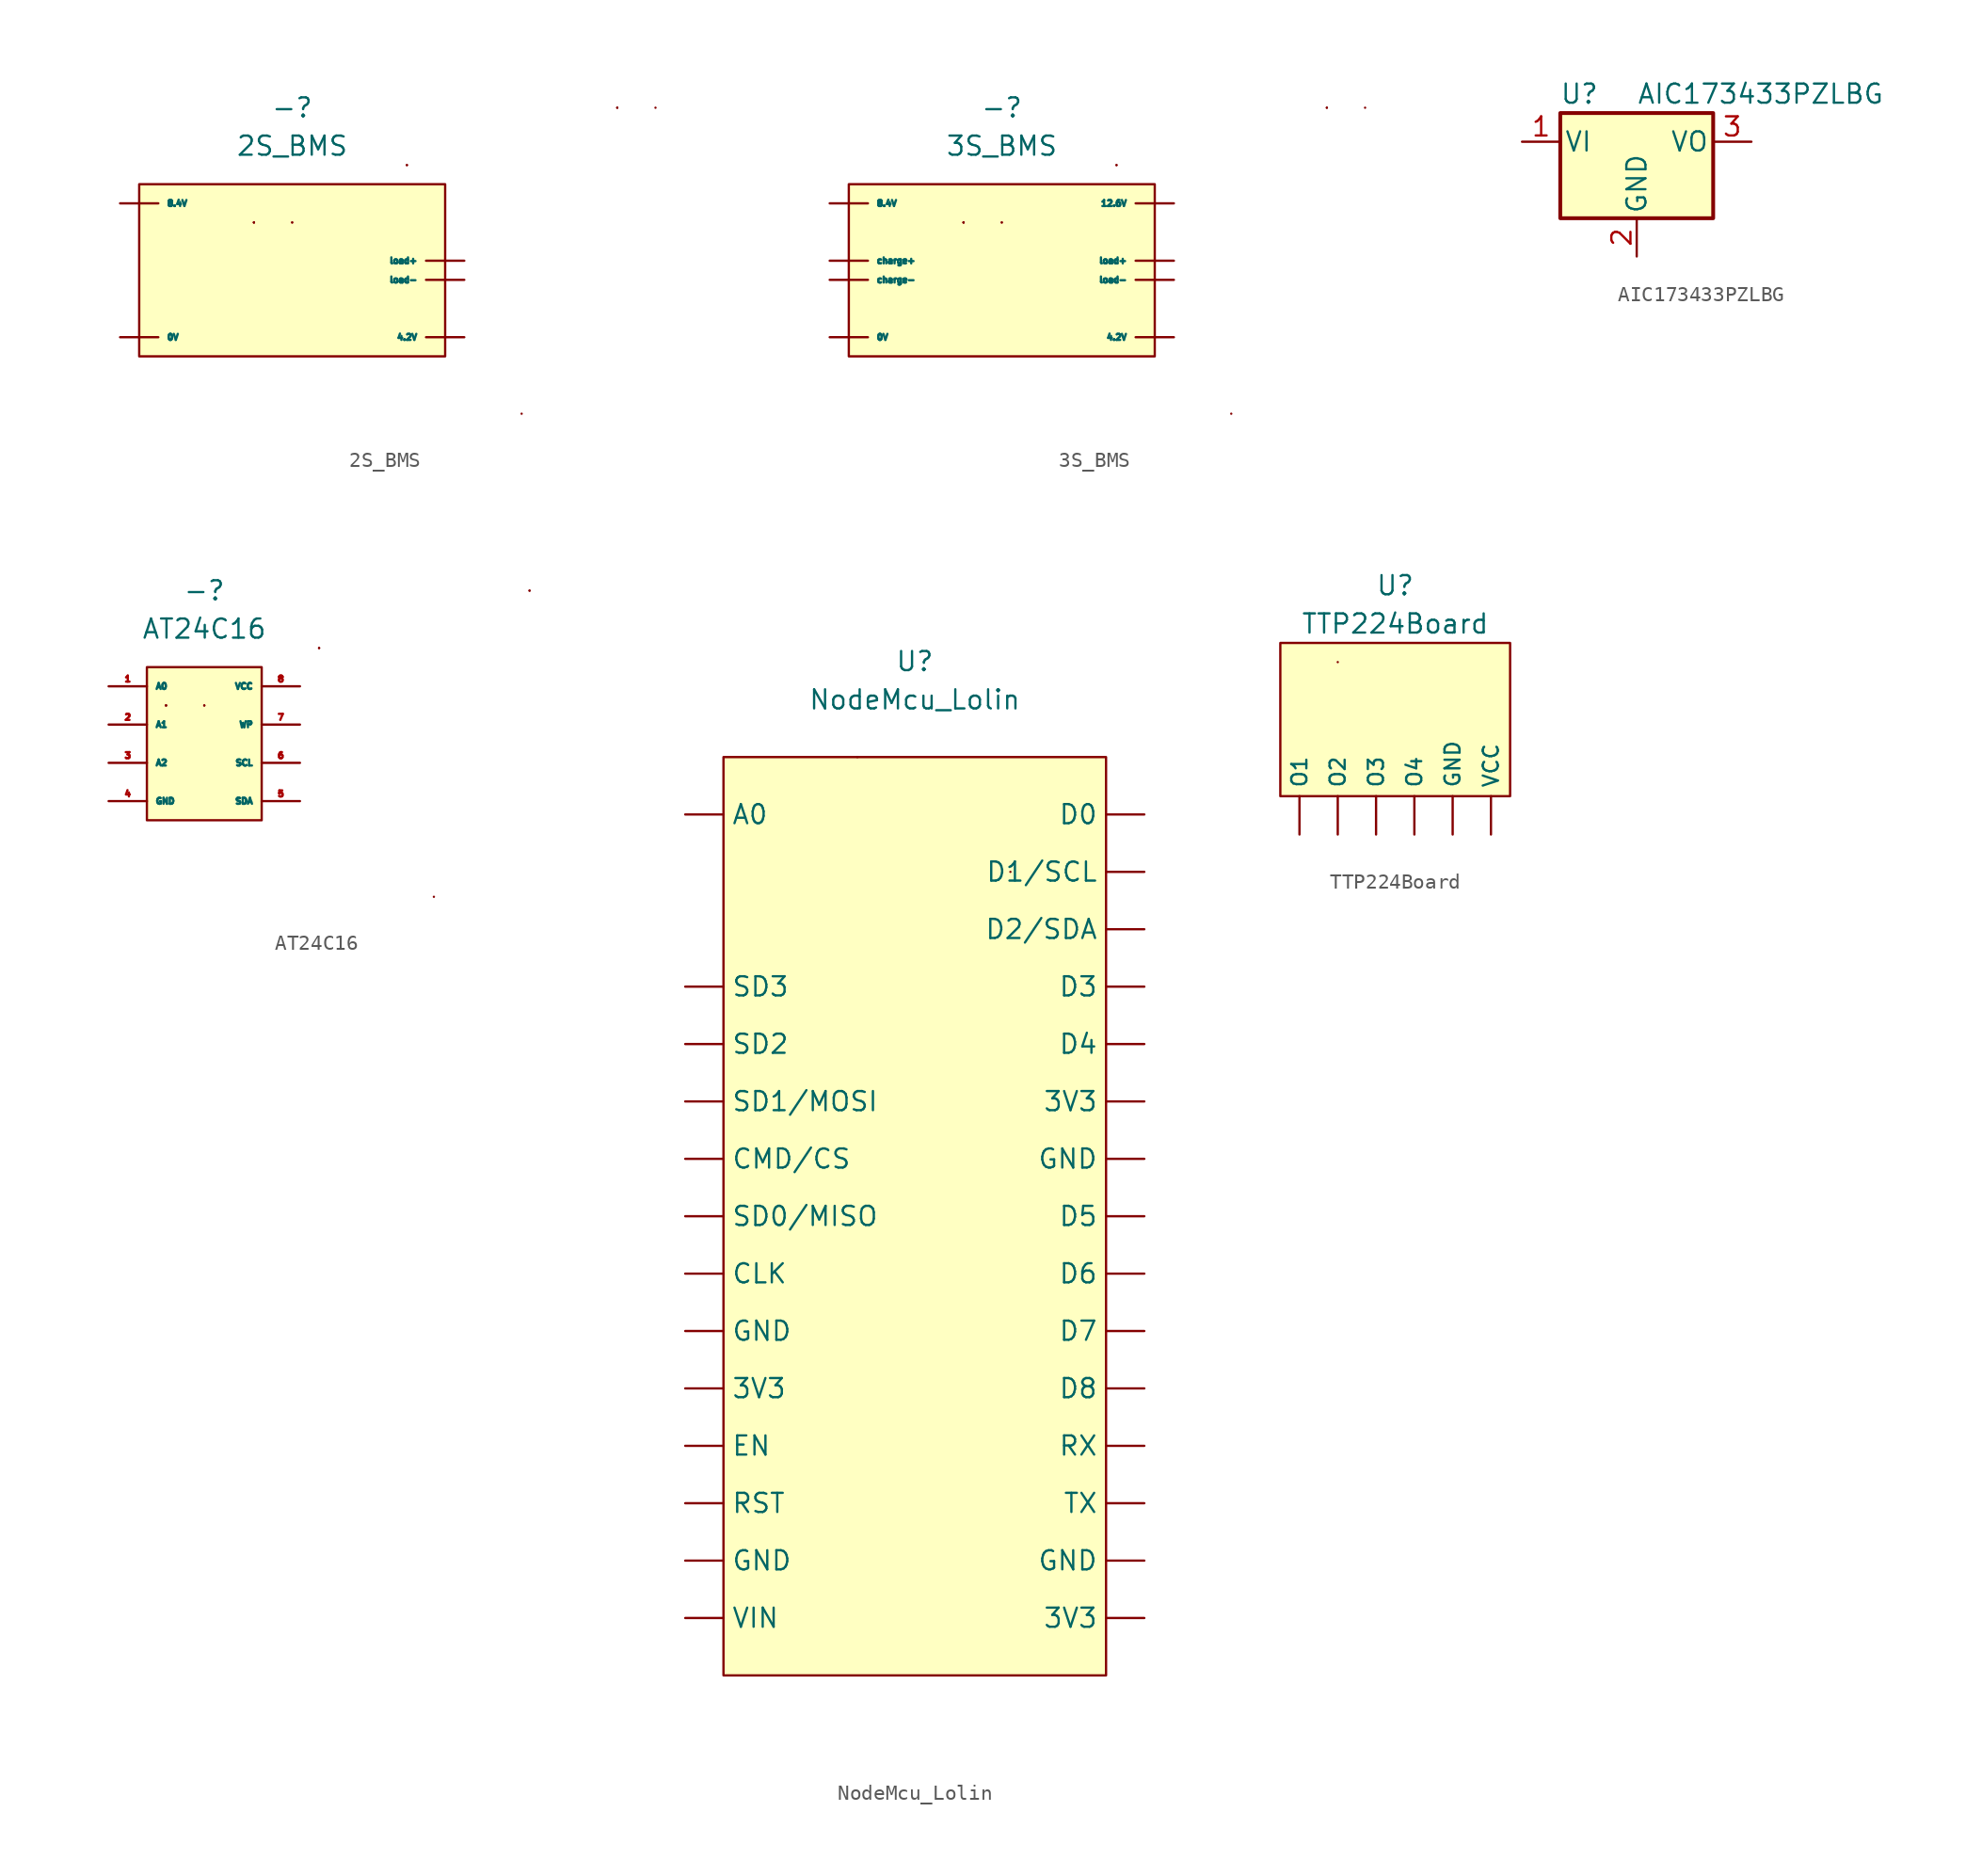
<source format=kicad_sym>
(kicad_symbol_lib
  (version 20211014)
  (generator kicad_symbol_editor)
  (symbol "2S_BMS"
    (property "Reference" "-"
      (at 0 7.62 0)
      (effects (font (size 1.27 1.27))))
    (property "Value" "2S_BMS"
      (at 0 5.08 0)
      (effects (font (size 1.27 1.27))))
    (symbol "2S_BMS_0_1"
      (rectangle (start -10.16 2.54) (end 10.16 -8.89) (stroke (width 0) (type default) (color 0 0 0 0)) (fill (type background)))
      (rectangle (start -2.54 0) (end -2.54 0) (stroke (width 0) (type default) (color 0 0 0 0)) (fill (type none)))
      (rectangle (start -2.54 0) (end -2.54 0) (stroke (width 0) (type default) (color 0 0 0 0)) (fill (type none)))
      (rectangle (start -2.54 0) (end -2.54 0) (stroke (width 0) (type default) (color 0 0 0 0)) (fill (type none)))
      (rectangle (start 0 0) (end 0 0) (stroke (width 0) (type default) (color 0 0 0 0)) (fill (type none)))
      (rectangle (start 0 0) (end 0 0) (stroke (width 0) (type default) (color 0 0 0 0)) (fill (type none)))
      (rectangle (start 7.62 3.81) (end 7.62 3.81) (stroke (width 0) (type default) (color 0 0 0 0)) (fill (type none)))
      (rectangle (start 7.62 3.81) (end 7.62 3.81) (stroke (width 0) (type default) (color 0 0 0 0)) (fill (type none)))
      (rectangle (start 15.24 -12.7) (end 15.24 -12.7) (stroke (width 0) (type default) (color 0 0 0 0)) (fill (type none)))
      (rectangle (start 21.59 7.62) (end 21.59 7.62) (stroke (width 0) (type default) (color 0 0 0 0)) (fill (type none)))
      (rectangle (start 21.59 7.62) (end 21.59 7.62) (stroke (width 0) (type default) (color 0 0 0 0)) (fill (type none)))
      (rectangle (start 24.13 7.62) (end 24.13 7.62) (stroke (width 0) (type default) (color 0 0 0 0)) (fill (type none))))
    (symbol "2S_BMS_1_1"
      (pin power_out line (at -11.43 -7.62 0) (length 2.54) (name "0V" (effects (font (size 0.4 0.4)))) (number "" (effects (font (size 0.4 0.4)))))
      (pin power_out line (at 11.43 -7.62 180) (length 2.54) (name "4.2V" (effects (font (size 0.4 0.4)))) (number "" (effects (font (size 0.4 0.4)))))
      (pin power_out line (at -11.43 1.27 0) (length 2.54) (name "8.4V" (effects (font (size 0.4 0.4)))) (number "" (effects (font (size 0.4 0.4)))))
      (pin power_in line (at 11.43 -2.54 180) (length 2.54) (name "load+" (effects (font (size 0.4 0.4)))) (number "" (effects (font (size 0.4 0.4)))))
      (pin power_in line (at 11.43 -3.81 180) (length 2.54) (name "load-" (effects (font (size 0.4 0.4)))) (number "" (effects (font (size 0.4 0.4)))))))
  (symbol "3S_BMS"
    (property "Reference" "-"
      (at 0 7.62 0)
      (effects (font (size 1.27 1.27))))
    (property "Value" "3S_BMS"
      (at 0 5.08 0)
      (effects (font (size 1.27 1.27))))
    (symbol "3S_BMS_0_1"
      (rectangle (start -10.16 2.54) (end 10.16 -8.89) (stroke (width 0) (type default) (color 0 0 0 0)) (fill (type background)))
      (rectangle (start -2.54 0) (end -2.54 0) (stroke (width 0) (type default) (color 0 0 0 0)) (fill (type none)))
      (rectangle (start -2.54 0) (end -2.54 0) (stroke (width 0) (type default) (color 0 0 0 0)) (fill (type none)))
      (rectangle (start -2.54 0) (end -2.54 0) (stroke (width 0) (type default) (color 0 0 0 0)) (fill (type none)))
      (rectangle (start 0 0) (end 0 0) (stroke (width 0) (type default) (color 0 0 0 0)) (fill (type none)))
      (rectangle (start 0 0) (end 0 0) (stroke (width 0) (type default) (color 0 0 0 0)) (fill (type none)))
      (rectangle (start 7.62 3.81) (end 7.62 3.81) (stroke (width 0) (type default) (color 0 0 0 0)) (fill (type none)))
      (rectangle (start 7.62 3.81) (end 7.62 3.81) (stroke (width 0) (type default) (color 0 0 0 0)) (fill (type none)))
      (rectangle (start 15.24 -12.7) (end 15.24 -12.7) (stroke (width 0) (type default) (color 0 0 0 0)) (fill (type none)))
      (rectangle (start 21.59 7.62) (end 21.59 7.62) (stroke (width 0) (type default) (color 0 0 0 0)) (fill (type none)))
      (rectangle (start 21.59 7.62) (end 21.59 7.62) (stroke (width 0) (type default) (color 0 0 0 0)) (fill (type none)))
      (rectangle (start 24.13 7.62) (end 24.13 7.62) (stroke (width 0) (type default) (color 0 0 0 0)) (fill (type none))))
    (symbol "3S_BMS_1_1"
      (pin power_out line (at -11.43 -7.62 0) (length 2.54) (name "0V" (effects (font (size 0.4 0.4)))) (number "" (effects (font (size 0.4 0.4)))))
      (pin power_out line (at 11.43 1.27 180) (length 2.54) (name "12.6V" (effects (font (size 0.4 0.4)))) (number "" (effects (font (size 0.4 0.4)))))
      (pin power_out line (at 11.43 -7.62 180) (length 2.54) (name "4.2V" (effects (font (size 0.4 0.4)))) (number "" (effects (font (size 0.4 0.4)))))
      (pin power_out line (at -11.43 1.27 0) (length 2.54) (name "8.4V" (effects (font (size 0.4 0.4)))) (number "" (effects (font (size 0.4 0.4)))))
      (pin power_in line (at -11.43 -2.54 0) (length 2.54) (name "charge+" (effects (font (size 0.4 0.4)))) (number "" (effects (font (size 0.4 0.4)))))
      (pin power_in line (at -11.43 -3.81 0) (length 2.54) (name "charge-" (effects (font (size 0.4 0.4)))) (number "" (effects (font (size 0.4 0.4)))))
      (pin power_out line (at 11.43 -2.54 180) (length 2.54) (name "load+" (effects (font (size 0.4 0.4)))) (number "" (effects (font (size 0.4 0.4)))))
      (pin power_out line (at 11.43 -3.81 180) (length 2.54) (name "load-" (effects (font (size 0.4 0.4)))) (number "" (effects (font (size 0.4 0.4)))))))
  (symbol "AIC173433PZLBG"
    (pin_names
      (offset 0.254))
    (property "Reference" "U"
      (at -3.81 3.175 0)
      (effects (font (size 1.27 1.27))))
    (property "Value" "AIC173433PZLBG"
      (at 0 3.175 0)
      (effects (font (size 1.27 1.27)) (justify left)))
    (symbol "AIC173433PZLBG_0_1"
      (rectangle (start -5.08 1.905) (end 5.08 -5.08) (stroke (width 0.254) (type default) (color 0 0 0 0)) (fill (type background))))
    (symbol "AIC173433PZLBG_1_1"
      (pin power_in line (at -7.62 0 0) (length 2.54) (name "VI" (effects (font (size 1.27 1.27)))) (number "1" (effects (font (size 1.27 1.27)))))
      (pin power_in line (at 0 -7.62 90) (length 2.54) (name "GND" (effects (font (size 1.27 1.27)))) (number "2" (effects (font (size 1.27 1.27)))))
      (pin power_out line (at 7.62 0 180) (length 2.54) (name "VO" (effects (font (size 1.27 1.27)))) (number "3" (effects (font (size 1.27 1.27)))))))
  (symbol "AT24C16"
    (property "Reference" "-"
      (at 0 7.62 0)
      (effects (font (size 1.27 1.27))))
    (property "Value" "AT24C16"
      (at 0 5.08 0)
      (effects (font (size 1.27 1.27))))
    (symbol "AT24C16_0_1"
      (rectangle (start -3.81 2.54) (end 3.81 -7.62) (stroke (width 0) (type default) (color 0 0 0 0)) (fill (type background)))
      (rectangle (start -2.54 0) (end -2.54 0) (stroke (width 0) (type default) (color 0 0 0 0)) (fill (type none)))
      (rectangle (start -2.54 0) (end -2.54 0) (stroke (width 0) (type default) (color 0 0 0 0)) (fill (type none)))
      (rectangle (start -2.54 0) (end -2.54 0) (stroke (width 0) (type default) (color 0 0 0 0)) (fill (type none)))
      (rectangle (start 0 0) (end 0 0) (stroke (width 0) (type default) (color 0 0 0 0)) (fill (type none)))
      (rectangle (start 0 0) (end 0 0) (stroke (width 0) (type default) (color 0 0 0 0)) (fill (type none)))
      (rectangle (start 7.62 3.81) (end 7.62 3.81) (stroke (width 0) (type default) (color 0 0 0 0)) (fill (type none)))
      (rectangle (start 7.62 3.81) (end 7.62 3.81) (stroke (width 0) (type default) (color 0 0 0 0)) (fill (type none)))
      (rectangle (start 15.24 -12.7) (end 15.24 -12.7) (stroke (width 0) (type default) (color 0 0 0 0)) (fill (type none)))
      (rectangle (start 21.59 7.62) (end 21.59 7.62) (stroke (width 0) (type default) (color 0 0 0 0)) (fill (type none)))
      (rectangle (start 21.59 7.62) (end 21.59 7.62) (stroke (width 0) (type default) (color 0 0 0 0)) (fill (type none))))
    (symbol "AT24C16_1_1"
      (pin bidirectional line (at -6.35 1.27 0) (length 2.54) (name "A0" (effects (font (size 0.4 0.4)))) (number "1" (effects (font (size 0.4 0.4)))))
      (pin bidirectional line (at -6.35 -1.27 0) (length 2.54) (name "A1" (effects (font (size 0.4 0.4)))) (number "2" (effects (font (size 0.4 0.4)))))
      (pin bidirectional line (at -6.35 -3.81 0) (length 2.54) (name "A2" (effects (font (size 0.4 0.4)))) (number "3" (effects (font (size 0.4 0.4)))))
      (pin power_in line (at -6.35 -6.35 0) (length 2.54) (name "GND" (effects (font (size 0.4 0.4)))) (number "4" (effects (font (size 0.4 0.4)))))
      (pin bidirectional line (at 6.35 -6.35 180) (length 2.54) (name "SDA" (effects (font (size 0.4 0.4)))) (number "5" (effects (font (size 0.4 0.4)))))
      (pin input line (at 6.35 -3.81 180) (length 2.54) (name "SCL" (effects (font (size 0.4 0.4)))) (number "6" (effects (font (size 0.4 0.4)))))
      (pin bidirectional line (at 6.35 -1.27 180) (length 2.54) (name "WP" (effects (font (size 0.4 0.4)))) (number "7" (effects (font (size 0.4 0.4)))))
      (pin power_in line (at 6.35 1.27 180) (length 2.54) (name "VCC" (effects (font (size 0.4 0.4)))) (number "8" (effects (font (size 0.4 0.4)))))))
  (symbol "NodeMcu_Lolin"
    (property "Reference" "U"
      (at 0 2.54 0)
      (effects (font (size 1.27 1.27))))
    (property "Value" "NodeMcu_Lolin"
      (at 0 0 0)
      (effects (font (size 1.27 1.27))))
    (symbol "NodeMcu_Lolin_0_1"
      (rectangle (start -12.7 -3.81) (end 12.7 -64.77) (stroke (width 0) (type default) (color 0 0 0 0)) (fill (type background)))
      (rectangle (start -3.81 -3.81) (end -3.81 -3.81) (stroke (width 0) (type default) (color 0 0 0 0)) (fill (type none)))
      (rectangle (start 6.35 -11.43) (end 6.35 -11.43) (stroke (width 0) (type default) (color 0 0 0 0)) (fill (type none))))
    (symbol "NodeMcu_Lolin_1_1"
      (pin power_out line (at -15.24 -45.72 0) (length 2.54) (name "3V3" (effects (font (size 1.27 1.27)))) (number "" (effects (font (size 1.27 1.27)))))
      (pin power_out line (at 15.24 -60.96 180) (length 2.54) (name "3V3" (effects (font (size 1.27 1.27)))) (number "" (effects (font (size 1.27 1.27)))))
      (pin power_out line (at 15.24 -26.67 180) (length 2.54) (name "3V3" (effects (font (size 1.27 1.27)))) (number "" (effects (font (size 1.27 1.27)))))
      (pin bidirectional line (at -15.24 -7.62 0) (length 2.54) (name "A0" (effects (font (size 1.27 1.27)))) (number "" (effects (font (size 1.27 1.27)))))
      (pin bidirectional line (at -15.24 -38.1 0) (length 2.54) (name "CLK" (effects (font (size 1.27 1.27)))) (number "" (effects (font (size 1.27 1.27)))))
      (pin bidirectional line (at -15.24 -30.48 0) (length 2.54) (name "CMD/CS" (effects (font (size 1.27 1.27)))) (number "" (effects (font (size 1.27 1.27)))))
      (pin bidirectional line (at 15.24 -7.62 180) (length 2.54) (name "D0" (effects (font (size 1.27 1.27)))) (number "" (effects (font (size 1.27 1.27)))))
      (pin bidirectional line (at 15.24 -11.43 180) (length 2.54) (name "D1/SCL" (effects (font (size 1.27 1.27)))) (number "" (effects (font (size 1.27 1.27)))))
      (pin bidirectional line (at 15.24 -15.24 180) (length 2.54) (name "D2/SDA" (effects (font (size 1.27 1.27)))) (number "" (effects (font (size 1.27 1.27)))))
      (pin bidirectional line (at 15.24 -19.05 180) (length 2.54) (name "D3" (effects (font (size 1.27 1.27)))) (number "" (effects (font (size 1.27 1.27)))))
      (pin bidirectional line (at 15.24 -22.86 180) (length 2.54) (name "D4" (effects (font (size 1.27 1.27)))) (number "" (effects (font (size 1.27 1.27)))))
      (pin bidirectional line (at 15.24 -34.29 180) (length 2.54) (name "D5" (effects (font (size 1.27 1.27)))) (number "" (effects (font (size 1.27 1.27)))))
      (pin bidirectional line (at 15.24 -38.1 180) (length 2.54) (name "D6" (effects (font (size 1.27 1.27)))) (number "" (effects (font (size 1.27 1.27)))))
      (pin bidirectional line (at 15.24 -41.91 180) (length 2.54) (name "D7" (effects (font (size 1.27 1.27)))) (number "" (effects (font (size 1.27 1.27)))))
      (pin bidirectional line (at 15.24 -45.72 180) (length 2.54) (name "D8" (effects (font (size 1.27 1.27)))) (number "" (effects (font (size 1.27 1.27)))))
      (pin input line (at -15.24 -49.53 0) (length 2.54) (name "EN" (effects (font (size 1.27 1.27)))) (number "" (effects (font (size 1.27 1.27)))))
      (pin power_in line (at -15.24 -57.15 0) (length 2.54) (name "GND" (effects (font (size 1.27 1.27)))) (number "" (effects (font (size 1.27 1.27)))))
      (pin power_out line (at -15.24 -41.91 0) (length 2.54) (name "GND" (effects (font (size 1.27 1.27)))) (number "" (effects (font (size 1.27 1.27)))))
      (pin power_out line (at 15.24 -57.15 180) (length 2.54) (name "GND" (effects (font (size 1.27 1.27)))) (number "" (effects (font (size 1.27 1.27)))))
      (pin power_out line (at 15.24 -30.48 180) (length 2.54) (name "GND" (effects (font (size 1.27 1.27)))) (number "" (effects (font (size 1.27 1.27)))))
      (pin input line (at -15.24 -53.34 0) (length 2.54) (name "RST" (effects (font (size 1.27 1.27)))) (number "" (effects (font (size 1.27 1.27)))))
      (pin bidirectional line (at 15.24 -49.53 180) (length 2.54) (name "RX" (effects (font (size 1.27 1.27)))) (number "" (effects (font (size 1.27 1.27)))))
      (pin bidirectional line (at -15.24 -34.29 0) (length 2.54) (name "SD0/MISO" (effects (font (size 1.27 1.27)))) (number "" (effects (font (size 1.27 1.27)))))
      (pin bidirectional line (at -15.24 -26.67 0) (length 2.54) (name "SD1/MOSI" (effects (font (size 1.27 1.27)))) (number "" (effects (font (size 1.27 1.27)))))
      (pin bidirectional line (at -15.24 -22.86 0) (length 2.54) (name "SD2" (effects (font (size 1.27 1.27)))) (number "" (effects (font (size 1.27 1.27)))))
      (pin bidirectional line (at -15.24 -19.05 0) (length 2.54) (name "SD3" (effects (font (size 1.27 1.27)))) (number "" (effects (font (size 1.27 1.27)))))
      (pin bidirectional line (at 15.24 -53.34 180) (length 2.54) (name "TX" (effects (font (size 1.27 1.27)))) (number "" (effects (font (size 1.27 1.27)))))
      (pin power_in line (at -15.24 -60.96 0) (length 2.54) (name "VIN" (effects (font (size 1.27 1.27)))) (number "" (effects (font (size 1.27 1.27)))))))
  (symbol "TTP224Board"
    (property "Reference" "U"
      (at 0 2.54 0)
      (effects (font (size 1.27 1.27))))
    (property "Value" "TTP224Board"
      (at 0 0 0)
      (effects (font (size 1.27 1.27))))
    (symbol "TTP224Board_0_1"
      (rectangle (start -7.62 -1.27) (end 7.62 -11.43) (stroke (width 0) (type default) (color 0 0 0 0)) (fill (type background)))
      (rectangle (start -3.81 -2.54) (end -3.81 -2.54) (stroke (width 0) (type default) (color 0 0 0 0)) (fill (type none))))
    (symbol "TTP224Board_1_1"
      (pin power_in line (at 3.81 -13.97 90) (length 2.54) (name "GND" (effects (font (size 1 1)))) (number "" (effects (font (size 1.27 1.27)))))
      (pin output line (at -6.35 -13.97 90) (length 2.54) (name "O1" (effects (font (size 1 1)))) (number "" (effects (font (size 1.27 1.27)))))
      (pin output line (at -3.81 -13.97 90) (length 2.54) (name "O2" (effects (font (size 1 1)))) (number "" (effects (font (size 1.27 1.27)))))
      (pin output line (at -1.27 -13.97 90) (length 2.54) (name "O3" (effects (font (size 1 1)))) (number "" (effects (font (size 1.27 1.27)))))
      (pin output line (at 1.27 -13.97 90) (length 2.54) (name "O4" (effects (font (size 1 1)))) (number "" (effects (font (size 1.27 1.27)))))
      (pin power_in line (at 6.35 -13.97 90) (length 2.54) (name "VCC" (effects (font (size 1 1)))) (number "" (effects (font (size 1.27 1.27))))))))
</source>
